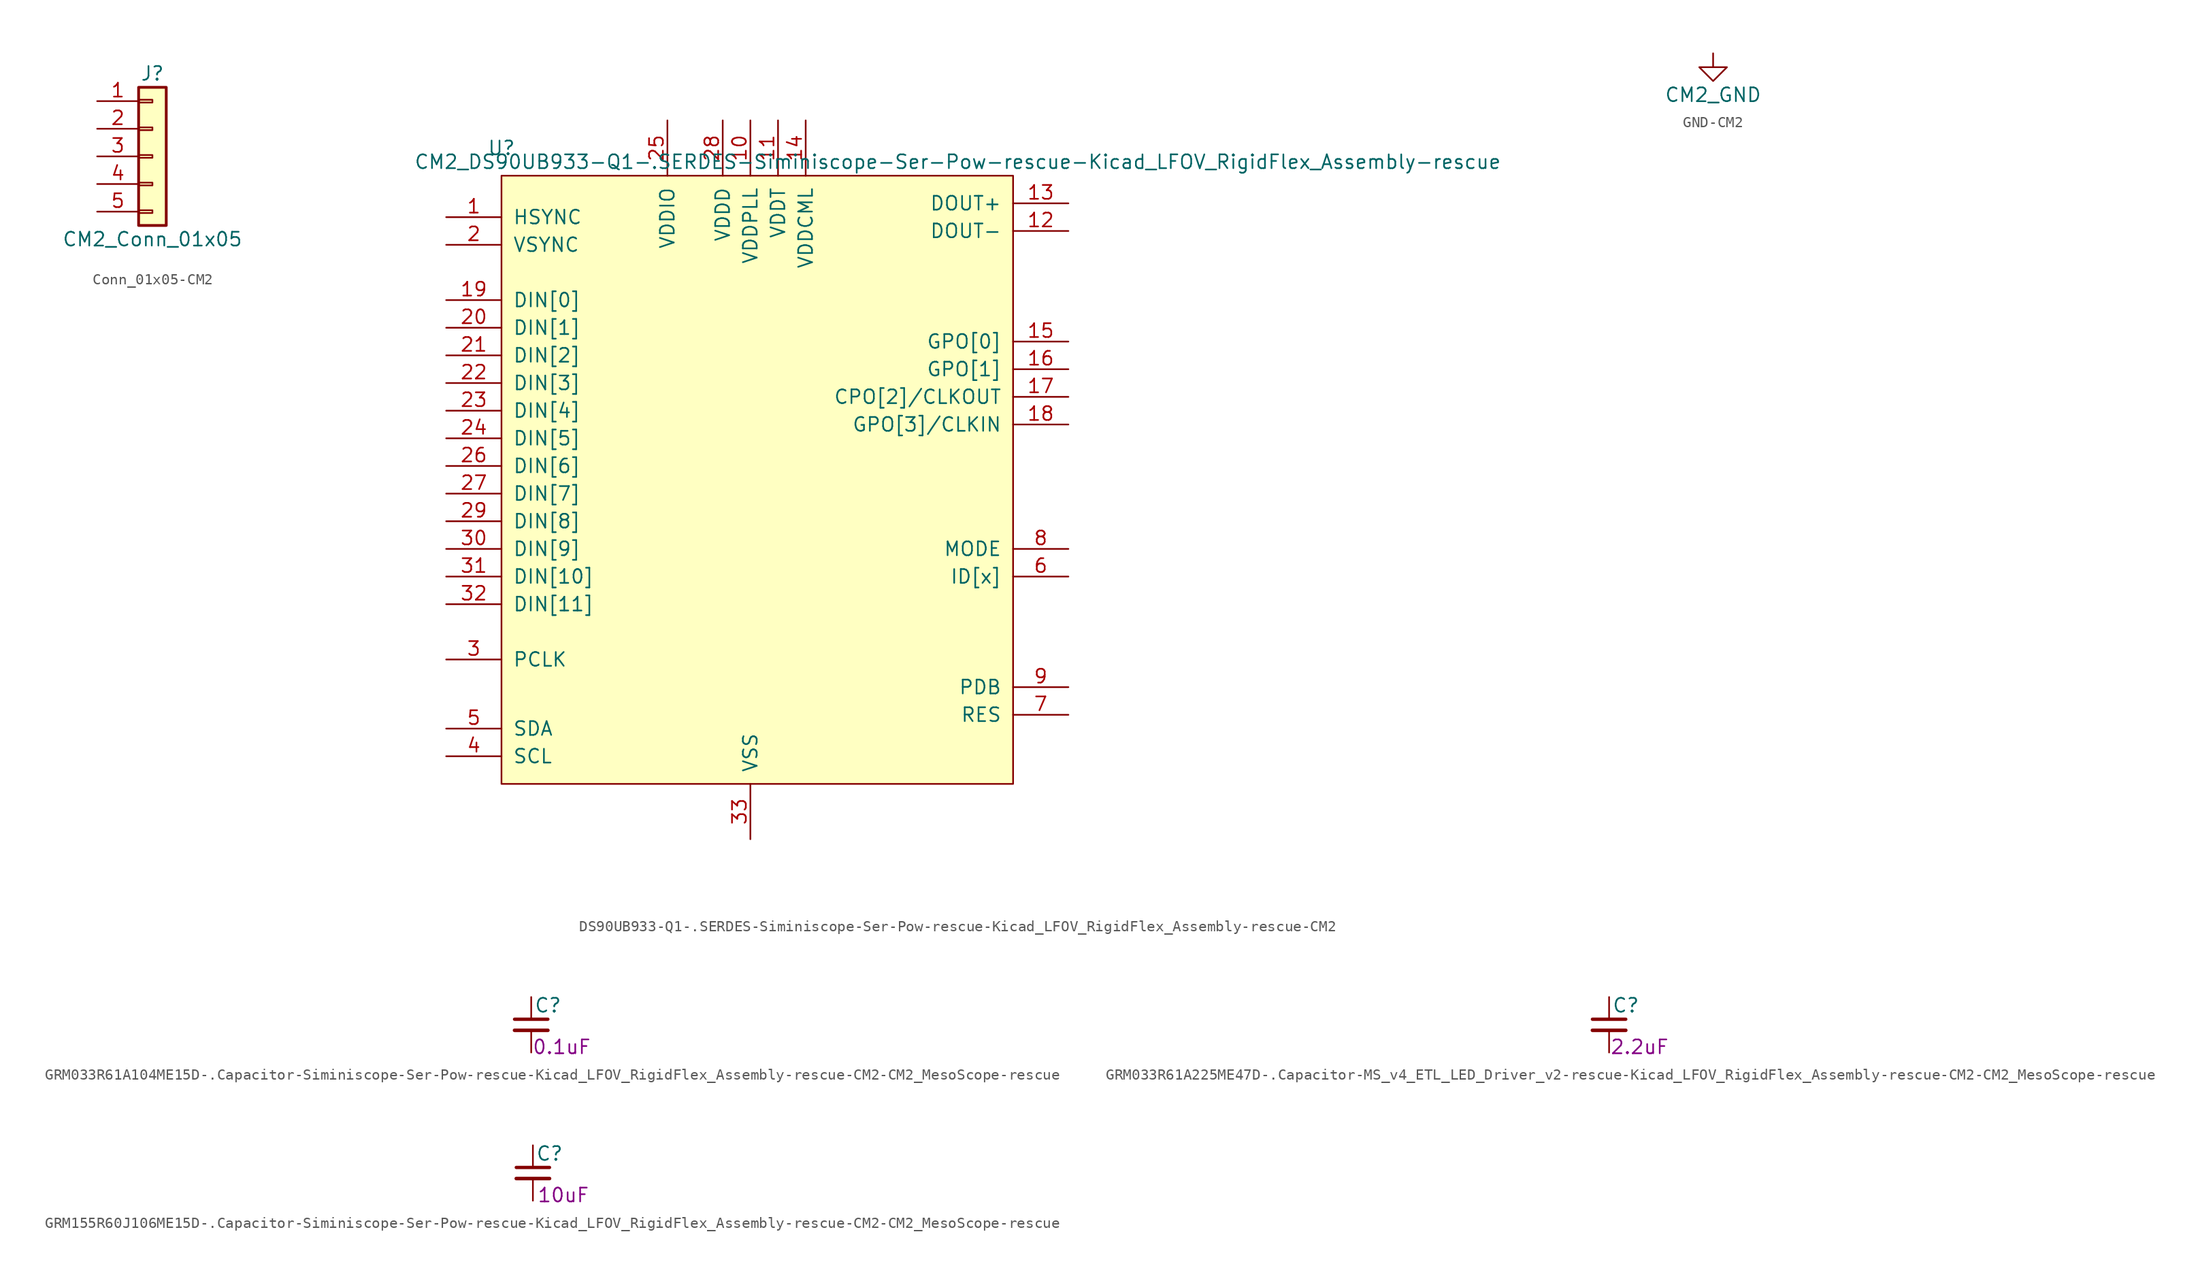
<source format=kicad_sym>
(kicad_symbol_lib
  (version 20231120)
  (generator "kicad_symbol_editor")
  (generator_version "8.0")
  (symbol "Conn_01x05-CM2"
    (pin_names
      (offset 1.016) hide)
    (property "Reference" "J"
      (at 0 7.62 0)
      (effects (font (size 1.27 1.27))))
    (property "Value" "CM2_Conn_01x05"
      (at 0 -7.62 0)
      (effects (font (size 1.27 1.27))))
    (symbol "Conn_01x05-CM2_1_1"
      (rectangle (start -1.27 -4.953) (end 0 -5.207) (stroke (width 0.152) (type solid)) (fill (type none)))
      (rectangle (start -1.27 -2.413) (end 0 -2.667) (stroke (width 0.152) (type solid)) (fill (type none)))
      (rectangle (start -1.27 0.127) (end 0 -0.127) (stroke (width 0.152) (type solid)) (fill (type none)))
      (rectangle (start -1.27 2.667) (end 0 2.413) (stroke (width 0.152) (type solid)) (fill (type none)))
      (rectangle (start -1.27 5.207) (end 0 4.953) (stroke (width 0.152) (type solid)) (fill (type none)))
      (rectangle (start -1.27 6.35) (end 1.27 -6.35) (stroke (width 0.254) (type solid)) (fill (type background)))
      (pin passive line (at -5.08 5.08 0) (length 3.81) (name "Pin_1" (effects (font (size 1.27 1.27)))) (number "1" (effects (font (size 1.27 1.27)))))
      (pin passive line (at -5.08 2.54 0) (length 3.81) (name "Pin_2" (effects (font (size 1.27 1.27)))) (number "2" (effects (font (size 1.27 1.27)))))
      (pin passive line (at -5.08 0 0) (length 3.81) (name "Pin_3" (effects (font (size 1.27 1.27)))) (number "3" (effects (font (size 1.27 1.27)))))
      (pin passive line (at -5.08 -2.54 0) (length 3.81) (name "Pin_4" (effects (font (size 1.27 1.27)))) (number "4" (effects (font (size 1.27 1.27)))))
      (pin passive line (at -5.08 -5.08 0) (length 3.81) (name "Pin_5" (effects (font (size 1.27 1.27)))) (number "5" (effects (font (size 1.27 1.27)))))))
  (symbol "DS90UB933-Q1-.SERDES-Siminiscope-Ser-Pow-rescue-Kicad_LFOV_RigidFlex_Assembly-rescue-CM2"
    (pin_names
      (offset 1.016))
    (property "Reference" "U"
      (at -17.78 13.97 0)
      (effects (font (size 1.27 1.27))))
    (property "Value" "CM2_DS90UB933-Q1-.SERDES-Siminiscope-Ser-Pow-rescue-Kicad_LFOV_RigidFlex_Assembly-rescue"
      (at 24.13 12.7 0)
      (effects (font (size 1.27 1.27))))
    (symbol "DS90UB933-Q1-.SERDES-Siminiscope-Ser-Pow-rescue-Kicad_LFOV_RigidFlex_Assembly-rescue-CM2_0_1"
      (rectangle (start -17.78 11.43) (end 29.21 -44.45) (stroke (width 0) (type solid)) (fill (type background))))
    (symbol "DS90UB933-Q1-.SERDES-Siminiscope-Ser-Pow-rescue-Kicad_LFOV_RigidFlex_Assembly-rescue-CM2_1_1"
      (pin input line (at -22.86 7.62 0) (length 5.08) (name "HSYNC" (effects (font (size 1.27 1.27)))) (number "1" (effects (font (size 1.27 1.27)))))
      (pin power_in line (at 5.08 16.51 270) (length 5.08) (name "VDDPLL" (effects (font (size 1.27 1.27)))) (number "10" (effects (font (size 1.27 1.27)))))
      (pin power_in line (at 7.62 16.51 270) (length 5.08) (name "VDDT" (effects (font (size 1.27 1.27)))) (number "11" (effects (font (size 1.27 1.27)))))
      (pin bidirectional line (at 34.29 6.35 180) (length 5.08) (name "DOUT-" (effects (font (size 1.27 1.27)))) (number "12" (effects (font (size 1.27 1.27)))))
      (pin bidirectional line (at 34.29 8.89 180) (length 5.08) (name "DOUT+" (effects (font (size 1.27 1.27)))) (number "13" (effects (font (size 1.27 1.27)))))
      (pin power_in line (at 10.16 16.51 270) (length 5.08) (name "VDDCML" (effects (font (size 1.27 1.27)))) (number "14" (effects (font (size 1.27 1.27)))))
      (pin output line (at 34.29 -3.81 180) (length 5.08) (name "GPO[0]" (effects (font (size 1.27 1.27)))) (number "15" (effects (font (size 1.27 1.27)))))
      (pin output line (at 34.29 -6.35 180) (length 5.08) (name "GPO[1]" (effects (font (size 1.27 1.27)))) (number "16" (effects (font (size 1.27 1.27)))))
      (pin output line (at 34.29 -8.89 180) (length 5.08) (name "CPO[2]/CLKOUT" (effects (font (size 1.27 1.27)))) (number "17" (effects (font (size 1.27 1.27)))))
      (pin bidirectional line (at 34.29 -11.43 180) (length 5.08) (name "GPO[3]/CLKIN" (effects (font (size 1.27 1.27)))) (number "18" (effects (font (size 1.27 1.27)))))
      (pin input line (at -22.86 0 0) (length 5.08) (name "DIN[0]" (effects (font (size 1.27 1.27)))) (number "19" (effects (font (size 1.27 1.27)))))
      (pin input line (at -22.86 5.08 0) (length 5.08) (name "VSYNC" (effects (font (size 1.27 1.27)))) (number "2" (effects (font (size 1.27 1.27)))))
      (pin input line (at -22.86 -2.54 0) (length 5.08) (name "DIN[1]" (effects (font (size 1.27 1.27)))) (number "20" (effects (font (size 1.27 1.27)))))
      (pin input line (at -22.86 -5.08 0) (length 5.08) (name "DIN[2]" (effects (font (size 1.27 1.27)))) (number "21" (effects (font (size 1.27 1.27)))))
      (pin input line (at -22.86 -7.62 0) (length 5.08) (name "DIN[3]" (effects (font (size 1.27 1.27)))) (number "22" (effects (font (size 1.27 1.27)))))
      (pin input line (at -22.86 -10.16 0) (length 5.08) (name "DIN[4]" (effects (font (size 1.27 1.27)))) (number "23" (effects (font (size 1.27 1.27)))))
      (pin input line (at -22.86 -12.7 0) (length 5.08) (name "DIN[5]" (effects (font (size 1.27 1.27)))) (number "24" (effects (font (size 1.27 1.27)))))
      (pin power_in line (at -2.54 16.51 270) (length 5.08) (name "VDDIO" (effects (font (size 1.27 1.27)))) (number "25" (effects (font (size 1.27 1.27)))))
      (pin input line (at -22.86 -15.24 0) (length 5.08) (name "DIN[6]" (effects (font (size 1.27 1.27)))) (number "26" (effects (font (size 1.27 1.27)))))
      (pin input line (at -22.86 -17.78 0) (length 5.08) (name "DIN[7]" (effects (font (size 1.27 1.27)))) (number "27" (effects (font (size 1.27 1.27)))))
      (pin power_in line (at 2.54 16.51 270) (length 5.08) (name "VDDD" (effects (font (size 1.27 1.27)))) (number "28" (effects (font (size 1.27 1.27)))))
      (pin input line (at -22.86 -20.32 0) (length 5.08) (name "DIN[8]" (effects (font (size 1.27 1.27)))) (number "29" (effects (font (size 1.27 1.27)))))
      (pin input line (at -22.86 -33.02 0) (length 5.08) (name "PCLK" (effects (font (size 1.27 1.27)))) (number "3" (effects (font (size 1.27 1.27)))))
      (pin input line (at -22.86 -22.86 0) (length 5.08) (name "DIN[9]" (effects (font (size 1.27 1.27)))) (number "30" (effects (font (size 1.27 1.27)))))
      (pin input line (at -22.86 -25.4 0) (length 5.08) (name "DIN[10]" (effects (font (size 1.27 1.27)))) (number "31" (effects (font (size 1.27 1.27)))))
      (pin input line (at -22.86 -27.94 0) (length 5.08) (name "DIN[11]" (effects (font (size 1.27 1.27)))) (number "32" (effects (font (size 1.27 1.27)))))
      (pin power_in line (at 5.08 -49.53 90) (length 5.08) (name "VSS" (effects (font (size 1.27 1.27)))) (number "33" (effects (font (size 1.27 1.27)))))
      (pin bidirectional line (at -22.86 -41.91 0) (length 5.08) (name "SCL" (effects (font (size 1.27 1.27)))) (number "4" (effects (font (size 1.27 1.27)))))
      (pin bidirectional line (at -22.86 -39.37 0) (length 5.08) (name "SDA" (effects (font (size 1.27 1.27)))) (number "5" (effects (font (size 1.27 1.27)))))
      (pin bidirectional line (at 34.29 -25.4 180) (length 5.08) (name "ID[x]" (effects (font (size 1.27 1.27)))) (number "6" (effects (font (size 1.27 1.27)))))
      (pin bidirectional line (at 34.29 -38.1 180) (length 5.08) (name "RES" (effects (font (size 1.27 1.27)))) (number "7" (effects (font (size 1.27 1.27)))))
      (pin bidirectional line (at 34.29 -22.86 180) (length 5.08) (name "MODE" (effects (font (size 1.27 1.27)))) (number "8" (effects (font (size 1.27 1.27)))))
      (pin bidirectional line (at 34.29 -35.56 180) (length 5.08) (name "PDB" (effects (font (size 1.27 1.27)))) (number "9" (effects (font (size 1.27 1.27)))))))
  (symbol "GND-CM2"
    (power)
    (pin_names
      (offset 0))
    (property "Reference" "#PWR"
      (at 0 -6.35 0)
      (effects (font (size 1.27 1.27)) (hide yes)))
    (property "Value" "CM2_GND"
      (at 0 -3.81 0)
      (effects (font (size 1.27 1.27))))
    (symbol "GND-CM2_0_1"
      (polyline (pts (xy 0 0) (xy 0 -1.27) (xy 1.27 -1.27) (xy 0 -2.54) (xy -1.27 -1.27) (xy 0 -1.27)) (stroke (width 0) (type solid)) (fill (type none))))
    (symbol "GND-CM2_1_1"
      (pin power_in line (at 0 0 270) (length 0) hide (name "GND" (effects (font (size 1.27 1.27)))) (number "1" (effects (font (size 1.27 1.27)))))))
  (symbol "GRM033R61A104ME15D-.Capacitor-Siminiscope-Ser-Pow-rescue-Kicad_LFOV_RigidFlex_Assembly-rescue-CM2-CM2_MesoScope-rescue"
    (pin_numbers hide)
    (pin_names
      (offset 0.254) hide)
    (property "Reference" "C"
      (at 0.254 1.778 0)
      (effects (font (size 1.27 1.27)) (justify left)))
    (property "Description" "0.1uF"
      (at 2.794 -2.032 0)
      (effects (font (size 1.27 1.27))))
    (symbol "GRM033R61A104ME15D-.Capacitor-Siminiscope-Ser-Pow-rescue-Kicad_LFOV_RigidFlex_Assembly-rescue-CM2-CM2_MesoScope-rescue_0_1"
      (polyline (pts (xy -1.524 -0.508) (xy 1.524 -0.508)) (stroke (width 0.33) (type solid)) (fill (type none)))
      (polyline (pts (xy -1.524 0.508) (xy 1.524 0.508)) (stroke (width 0.305) (type solid)) (fill (type none))))
    (symbol "GRM033R61A104ME15D-.Capacitor-Siminiscope-Ser-Pow-rescue-Kicad_LFOV_RigidFlex_Assembly-rescue-CM2-CM2_MesoScope-rescue_1_1"
      (pin passive line (at 0 2.54 270) (length 2.032) (name "~" (effects (font (size 1.27 1.27)))) (number "1" (effects (font (size 1.27 1.27)))))
      (pin passive line (at 0 -2.54 90) (length 2.032) (name "~" (effects (font (size 1.27 1.27)))) (number "2" (effects (font (size 1.27 1.27)))))))
  (symbol "GRM033R61A225ME47D-.Capacitor-MS_v4_ETL_LED_Driver_v2-rescue-Kicad_LFOV_RigidFlex_Assembly-rescue-CM2-CM2_MesoScope-rescue"
    (pin_numbers hide)
    (pin_names
      (offset 0.254) hide)
    (property "Reference" "C"
      (at 0.254 1.778 0)
      (effects (font (size 1.27 1.27)) (justify left)))
    (property "Description" "2.2uF"
      (at 2.794 -2.032 0)
      (effects (font (size 1.27 1.27))))
    (symbol "GRM033R61A225ME47D-.Capacitor-MS_v4_ETL_LED_Driver_v2-rescue-Kicad_LFOV_RigidFlex_Assembly-rescue-CM2-CM2_MesoScope-rescue_0_1"
      (polyline (pts (xy -1.524 -0.508) (xy 1.524 -0.508)) (stroke (width 0.33) (type solid)) (fill (type none)))
      (polyline (pts (xy -1.524 0.508) (xy 1.524 0.508)) (stroke (width 0.305) (type solid)) (fill (type none))))
    (symbol "GRM033R61A225ME47D-.Capacitor-MS_v4_ETL_LED_Driver_v2-rescue-Kicad_LFOV_RigidFlex_Assembly-rescue-CM2-CM2_MesoScope-rescue_1_1"
      (pin passive line (at 0 2.54 270) (length 2.032) (name "~" (effects (font (size 1.27 1.27)))) (number "1" (effects (font (size 1.27 1.27)))))
      (pin passive line (at 0 -2.54 90) (length 2.032) (name "~" (effects (font (size 1.27 1.27)))) (number "2" (effects (font (size 1.27 1.27)))))))
  (symbol "GRM155R60J106ME15D-.Capacitor-Siminiscope-Ser-Pow-rescue-Kicad_LFOV_RigidFlex_Assembly-rescue-CM2-CM2_MesoScope-rescue"
    (pin_numbers hide)
    (pin_names
      (offset 0.254) hide)
    (property "Reference" "C"
      (at 0.254 1.778 0)
      (effects (font (size 1.27 1.27)) (justify left)))
    (property "Description" "10uF"
      (at 2.794 -2.032 0)
      (effects (font (size 1.27 1.27))))
    (symbol "GRM155R60J106ME15D-.Capacitor-Siminiscope-Ser-Pow-rescue-Kicad_LFOV_RigidFlex_Assembly-rescue-CM2-CM2_MesoScope-rescue_0_1"
      (polyline (pts (xy -1.524 -0.508) (xy 1.524 -0.508)) (stroke (width 0.33) (type solid)) (fill (type none)))
      (polyline (pts (xy -1.524 0.508) (xy 1.524 0.508)) (stroke (width 0.305) (type solid)) (fill (type none))))
    (symbol "GRM155R60J106ME15D-.Capacitor-Siminiscope-Ser-Pow-rescue-Kicad_LFOV_RigidFlex_Assembly-rescue-CM2-CM2_MesoScope-rescue_1_1"
      (pin passive line (at 0 2.54 270) (length 2.032) (name "~" (effects (font (size 1.27 1.27)))) (number "1" (effects (font (size 1.27 1.27)))))
      (pin passive line (at 0 -2.54 90) (length 2.032) (name "~" (effects (font (size 1.27 1.27)))) (number "2" (effects (font (size 1.27 1.27))))))))
</source>
